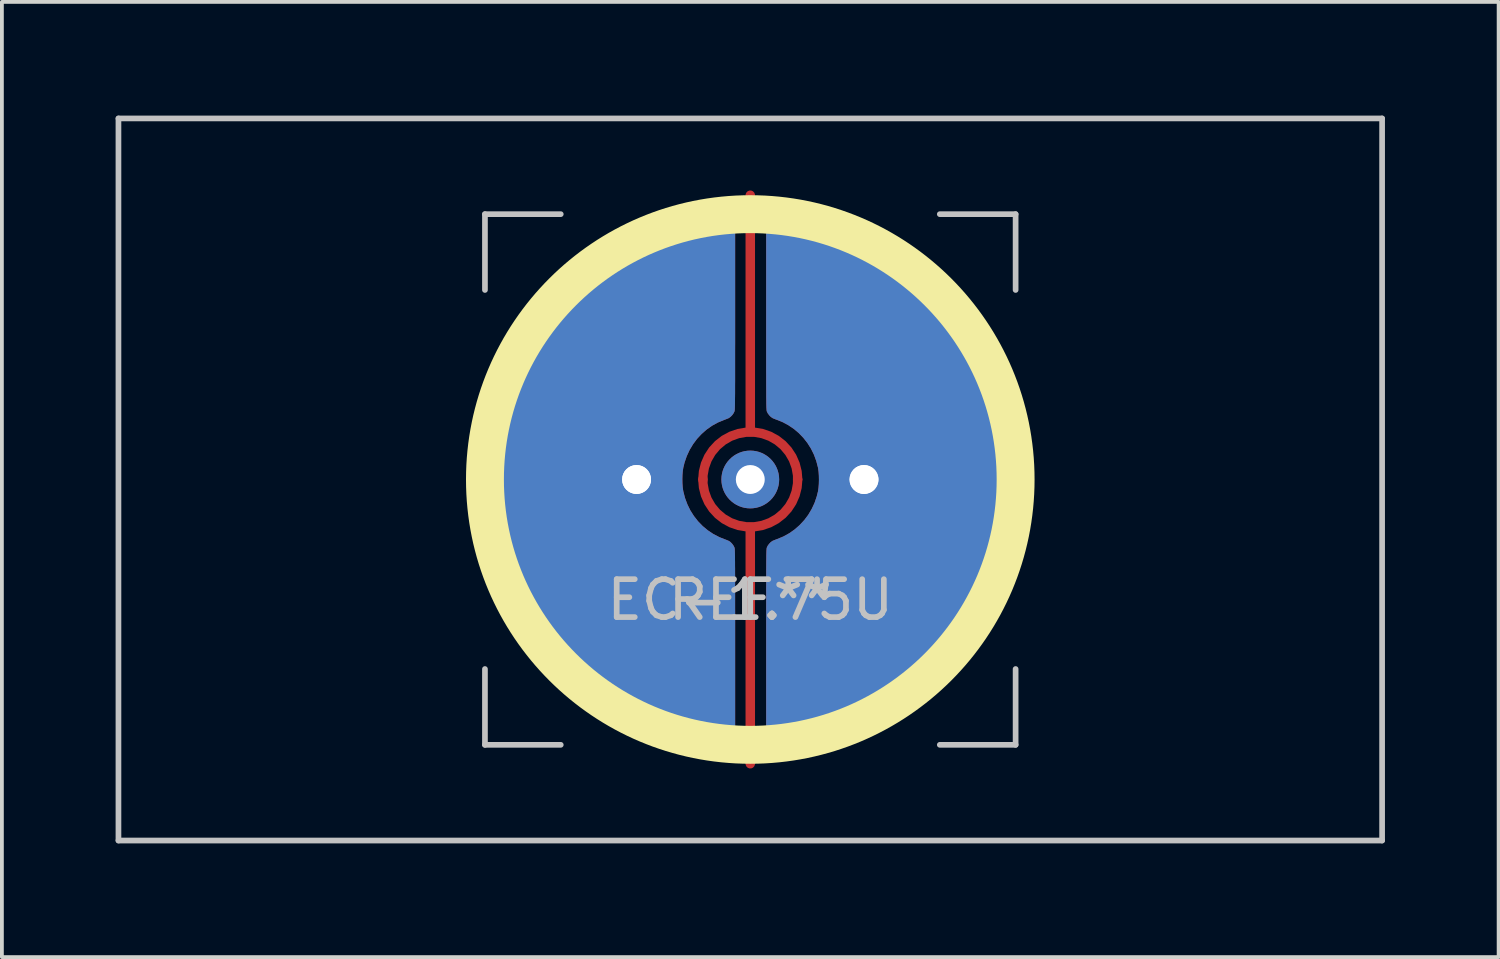
<source format=kicad_pcb>
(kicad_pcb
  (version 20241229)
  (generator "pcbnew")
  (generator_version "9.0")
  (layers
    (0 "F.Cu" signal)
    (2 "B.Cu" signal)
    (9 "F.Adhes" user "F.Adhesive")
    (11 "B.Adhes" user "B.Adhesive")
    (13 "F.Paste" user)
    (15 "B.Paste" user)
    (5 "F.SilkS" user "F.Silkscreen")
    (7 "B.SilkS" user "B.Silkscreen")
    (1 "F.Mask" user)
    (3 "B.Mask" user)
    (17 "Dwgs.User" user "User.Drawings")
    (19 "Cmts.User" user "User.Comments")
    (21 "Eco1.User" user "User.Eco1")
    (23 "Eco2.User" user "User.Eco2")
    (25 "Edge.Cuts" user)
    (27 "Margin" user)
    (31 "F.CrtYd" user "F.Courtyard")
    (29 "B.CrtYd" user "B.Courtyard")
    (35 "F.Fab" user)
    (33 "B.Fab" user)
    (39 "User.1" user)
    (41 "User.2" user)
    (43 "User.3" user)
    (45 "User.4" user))
  (footprint "EC-1.75U"
    (layer "F.Cu")
    (at 16.744 9.6)
    (property "Reference" "EC-1.75U" (at 0 3.175 0) (layer "Dwgs.User") (effects (font (size 1 1) (thickness 0.15))))
    (attr through_hole)
    (fp_circle (center 0 0) (end 7 0) (stroke (width 1) (type solid)) (fill no) (layer "F.SilkS"))
    (fp_line (start -16.669 -9.525) (end 16.669 -9.525) (stroke (width 0.15) (type solid)) (layer "Dwgs.User"))
    (fp_line (start -16.669 9.525) (end -16.669 -9.525) (stroke (width 0.15) (type solid)) (layer "Dwgs.User"))
    (fp_line (start -16.669 9.525) (end 16.669 9.525) (stroke (width 0.15) (type solid)) (layer "Dwgs.User"))
    (fp_line (start -7 -7) (end -7 -5) (stroke (width 0.15) (type solid)) (layer "Dwgs.User"))
    (fp_line (start -7 5) (end -7 7) (stroke (width 0.15) (type solid)) (layer "Dwgs.User"))
    (fp_line (start -7 7) (end -5 7) (stroke (width 0.15) (type solid)) (layer "Dwgs.User"))
    (fp_line (start -5 -7) (end -7 -7) (stroke (width 0.15) (type solid)) (layer "Dwgs.User"))
    (fp_line (start 5 -7) (end 7 -7) (stroke (width 0.15) (type solid)) (layer "Dwgs.User"))
    (fp_line (start 5 7) (end 7 7) (stroke (width 0.15) (type solid)) (layer "Dwgs.User"))
    (fp_line (start 7 -7) (end 7 -5) (stroke (width 0.15) (type solid)) (layer "Dwgs.User"))
    (fp_line (start 7 7) (end 7 5) (stroke (width 0.15) (type solid)) (layer "Dwgs.User"))
    (fp_line (start 16.669 -9.525) (end 16.669 9.525) (stroke (width 0.15) (type solid)) (layer "Dwgs.User"))
    (fp_text user "REF**" (at 0 3.175 0) (layer "Dwgs.User") (effects (font (size 1 1) (thickness 0.15))))
    (pad "" thru_hole circle (at 0 0) (size 1.524 1.524) (drill 0.762) (layers "*.Cu" "B.Mask"))
    (pad "1" thru_hole circle (at 3 0) (size 1.524 1.524) (drill 0.762) (layers "*.Cu" "B.Mask"))
    (pad "1" thru_hole custom (at 3 0) (size 1.524 1.524) (drill 0.762) (layers "F.Cu") (options (anchor circle)) (primitives (gr_poly (pts (xy -2.241 -7.099) (xy -2.176 -7.096) (xy -2.094 -7.089) (xy -2 -7.079) (xy -1.895 -7.065) (xy -1.782 -7.048) (xy -1.666 -7.029) (xy -1.548 -7.008) (xy -1.432 -6.986) (xy -1.322 -6.963) (xy -1.28 -6.954) (xy -0.92 -6.863) (xy -0.564 -6.752) (xy -0.215 -6.623) (xy 0.128 -6.476) (xy 0.463 -6.311) (xy 0.789 -6.128) (xy 1.105 -5.929) (xy 1.411 -5.714) (xy 1.672 -5.51) (xy 1.875 -5.335) (xy 2.079 -5.146) (xy 2.279 -4.947) (xy 2.47 -4.741) (xy 2.649 -4.534) (xy 2.719 -4.449) (xy 2.944 -4.151) (xy 3.153 -3.842) (xy 3.345 -3.522) (xy 3.521 -3.193) (xy 3.679 -2.855) (xy 3.82 -2.51) (xy 3.942 -2.157) (xy 4.046 -1.8) (xy 4.13 -1.437) (xy 4.148 -1.346) (xy 4.21 -0.973) (xy 4.251 -0.599) (xy 4.273 -0.225) (xy 4.275 0.149) (xy 4.257 0.523) (xy 4.22 0.895) (xy 4.163 1.264) (xy 4.087 1.631) (xy 3.992 1.993) (xy 3.877 2.351) (xy 3.758 2.668) (xy 3.608 3.015) (xy 3.44 3.352) (xy 3.254 3.679) (xy 3.051 3.997) (xy 2.83 4.305) (xy 2.593 4.602) (xy 2.514 4.694) (xy 2.461 4.753) (xy 2.397 4.822) (xy 2.324 4.899) (xy 2.246 4.979) (xy 2.166 5.059) (xy 2.087 5.137) (xy 2.013 5.209) (xy 1.946 5.272) (xy 1.917 5.298) (xy 1.631 5.543) (xy 1.334 5.771) (xy 1.026 5.982) (xy 0.707 6.177) (xy 0.379 6.354) (xy 0.042 6.515) (xy -0.302 6.657) (xy -0.654 6.781) (xy -1.013 6.887) (xy -1.377 6.975) (xy -1.747 7.043) (xy -1.971 7.074) (xy -2.07 7.086) (xy -2.151 7.094) (xy -2.216 7.099) (xy -2.267 7.101) (xy -2.305 7.099) (xy -2.329 7.095) (xy -2.403 7.067) (xy -2.468 7.021) (xy -2.522 6.962) (xy -2.555 6.907) (xy -2.581 6.85) (xy -2.581 4.348) (xy -2.581 4.084) (xy -2.581 3.838) (xy -2.581 3.612) (xy -2.581 3.403) (xy -2.581 3.211) (xy -2.581 3.035) (xy -2.581 2.875) (xy -2.58 2.729) (xy -2.58 2.598) (xy -2.58 2.48) (xy -2.58 2.375) (xy -2.579 2.281) (xy -2.579 2.199) (xy -2.578 2.126) (xy -2.577 2.064) (xy -2.577 2.01) (xy -2.576 1.964) (xy -2.575 1.926) (xy -2.574 1.894) (xy -2.573 1.869) (xy -2.571 1.848) (xy -2.57 1.832) (xy -2.569 1.819) (xy -2.567 1.809) (xy -2.565 1.801) (xy -2.563 1.795) (xy -2.563 1.794) (xy -2.54 1.747) (xy -2.504 1.698) (xy -2.463 1.655) (xy -2.42 1.624) (xy -2.414 1.62) (xy -2.386 1.608) (xy -2.347 1.592) (xy -2.303 1.575) (xy -2.288 1.57) (xy -2.124 1.502) (xy -1.971 1.417) (xy -1.827 1.316) (xy -1.696 1.2) (xy -1.577 1.072) (xy -1.471 0.931) (xy -1.381 0.779) (xy -1.305 0.617) (xy -1.247 0.446) (xy -1.213 0.31) (xy -1.2 0.221) (xy -1.192 0.119) (xy -1.189 0.011) (xy -1.191 -0.098) (xy -1.198 -0.202) (xy -1.21 -0.293) (xy -1.213 -0.31) (xy -1.259 -0.486) (xy -1.321 -0.655) (xy -1.4 -0.815) (xy -1.494 -0.964) (xy -1.603 -1.102) (xy -1.725 -1.228) (xy -1.859 -1.34) (xy -2.005 -1.437) (xy -2.161 -1.519) (xy -2.288 -1.57) (xy -2.332 -1.586) (xy -2.374 -1.603) (xy -2.407 -1.617) (xy -2.414 -1.62) (xy -2.456 -1.649) (xy -2.498 -1.691) (xy -2.535 -1.739) (xy -2.56 -1.787) (xy -2.563 -1.794) (xy -2.565 -1.8) (xy -2.567 -1.808) (xy -2.568 -1.817) (xy -2.57 -1.829) (xy -2.571 -1.845) (xy -2.572 -1.865) (xy -2.574 -1.89) (xy -2.575 -1.921) (xy -2.576 -1.958) (xy -2.577 -2.002) (xy -2.577 -2.054) (xy -2.578 -2.116) (xy -2.579 -2.186) (xy -2.579 -2.267) (xy -2.579 -2.359) (xy -2.58 -2.462) (xy -2.58 -2.578) (xy -2.58 -2.707) (xy -2.581 -2.85) (xy -2.581 -3.008) (xy -2.581 -3.181) (xy -2.581 -3.37) (xy -2.581 -3.576) (xy -2.581 -3.8) (xy -2.581 -4.042) (xy -2.581 -4.304) (xy -2.581 -4.349) (xy -2.581 -6.851) (xy -2.548 -6.917) (xy -2.51 -6.98) (xy -2.463 -7.028) (xy -2.402 -7.067) (xy -2.386 -7.074) (xy -2.355 -7.088) (xy -2.327 -7.095) (xy -2.294 -7.099) (xy -2.249 -7.099) (xy -2.241 -7.099)) (width 0) (fill yes))))
    (pad "2" thru_hole circle (at -3 0) (size 1.524 1.524) (drill 0.762) (layers "*.Cu" "B.Mask"))
    (pad "2" thru_hole custom (at -3 0) (size 1.524 1.524) (drill 0.762) (layers "F.Cu") (options (anchor circle)) (primitives (gr_poly (pts (xy 2.26 7.099) (xy 2.195 7.096) (xy 2.114 7.089) (xy 2.019 7.079) (xy 1.914 7.065) (xy 1.802 7.048) (xy 1.685 7.029) (xy 1.568 7.008) (xy 1.452 6.986) (xy 1.341 6.963) (xy 1.3 6.954) (xy 0.939 6.863) (xy 0.584 6.752) (xy 0.234 6.623) (xy -0.109 6.476) (xy -0.444 6.311) (xy -0.77 6.128) (xy -1.086 5.929) (xy -1.392 5.714) (xy -1.653 5.51) (xy -1.856 5.335) (xy -2.06 5.146) (xy -2.259 4.947) (xy -2.451 4.741) (xy -2.63 4.534) (xy -2.7 4.449) (xy -2.924 4.151) (xy -3.133 3.842) (xy -3.326 3.522) (xy -3.501 3.193) (xy -3.66 2.855) (xy -3.8 2.51) (xy -3.923 2.157) (xy -4.026 1.8) (xy -4.111 1.437) (xy -4.129 1.346) (xy -4.19 0.973) (xy -4.231 0.599) (xy -4.253 0.225) (xy -4.255 -0.149) (xy -4.237 -0.523) (xy -4.2 -0.895) (xy -4.144 -1.264) (xy -4.068 -1.631) (xy -3.973 -1.993) (xy -3.858 -2.351) (xy -3.739 -2.668) (xy -3.588 -3.015) (xy -3.42 -3.352) (xy -3.234 -3.679) (xy -3.031 -3.997) (xy -2.811 -4.305) (xy -2.573 -4.602) (xy -2.495 -4.694) (xy -2.442 -4.753) (xy -2.378 -4.822) (xy -2.305 -4.899) (xy -2.227 -4.979) (xy -2.147 -5.059) (xy -2.068 -5.137) (xy -1.994 -5.209) (xy -1.927 -5.272) (xy -1.898 -5.298) (xy -1.612 -5.543) (xy -1.314 -5.771) (xy -1.006 -5.982) (xy -0.688 -6.177) (xy -0.36 -6.354) (xy -0.023 -6.515) (xy 0.322 -6.657) (xy 0.674 -6.781) (xy 1.032 -6.887) (xy 1.397 -6.975) (xy 1.766 -7.043) (xy 1.99 -7.074) (xy 2.089 -7.086) (xy 2.171 -7.094) (xy 2.236 -7.099) (xy 2.287 -7.101) (xy 2.324 -7.099) (xy 2.348 -7.095) (xy 2.422 -7.067) (xy 2.488 -7.021) (xy 2.542 -6.962) (xy 2.574 -6.907) (xy 2.601 -6.85) (xy 2.601 -4.348) (xy 2.601 -4.084) (xy 2.601 -3.838) (xy 2.601 -3.612) (xy 2.6 -3.403) (xy 2.6 -3.211) (xy 2.6 -3.035) (xy 2.6 -2.875) (xy 2.6 -2.729) (xy 2.6 -2.598) (xy 2.599 -2.48) (xy 2.599 -2.375) (xy 2.599 -2.281) (xy 2.598 -2.199) (xy 2.597 -2.126) (xy 2.597 -2.064) (xy 2.596 -2.01) (xy 2.595 -1.964) (xy 2.594 -1.926) (xy 2.593 -1.894) (xy 2.592 -1.869) (xy 2.591 -1.848) (xy 2.589 -1.832) (xy 2.588 -1.819) (xy 2.586 -1.809) (xy 2.585 -1.801) (xy 2.583 -1.795) (xy 2.582 -1.794) (xy 2.559 -1.747) (xy 2.524 -1.698) (xy 2.482 -1.655) (xy 2.44 -1.624) (xy 2.434 -1.62) (xy 2.406 -1.608) (xy 2.366 -1.592) (xy 2.322 -1.575) (xy 2.307 -1.57) (xy 2.144 -1.502) (xy 1.99 -1.417) (xy 1.847 -1.316) (xy 1.715 -1.2) (xy 1.596 -1.072) (xy 1.491 -0.931) (xy 1.4 -0.779) (xy 1.325 -0.617) (xy 1.266 -0.446) (xy 1.233 -0.31) (xy 1.219 -0.221) (xy 1.211 -0.119) (xy 1.208 -0.011) (xy 1.21 0.098) (xy 1.217 0.202) (xy 1.23 0.293) (xy 1.233 0.31) (xy 1.278 0.486) (xy 1.341 0.655) (xy 1.419 0.815) (xy 1.514 0.964) (xy 1.622 1.102) (xy 1.744 1.228) (xy 1.879 1.34) (xy 2.024 1.437) (xy 2.181 1.519) (xy 2.307 1.57) (xy 2.352 1.586) (xy 2.394 1.603) (xy 2.426 1.617) (xy 2.434 1.62) (xy 2.476 1.649) (xy 2.518 1.691) (xy 2.554 1.739) (xy 2.58 1.787) (xy 2.582 1.794) (xy 2.584 1.8) (xy 2.586 1.808) (xy 2.588 1.817) (xy 2.589 1.829) (xy 2.591 1.845) (xy 2.592 1.865) (xy 2.593 1.89) (xy 2.594 1.921) (xy 2.595 1.958) (xy 2.596 2.002) (xy 2.597 2.054) (xy 2.597 2.116) (xy 2.598 2.186) (xy 2.598 2.267) (xy 2.599 2.359) (xy 2.599 2.462) (xy 2.6 2.578) (xy 2.6 2.707) (xy 2.6 2.85) (xy 2.6 3.008) (xy 2.6 3.181) (xy 2.6 3.37) (xy 2.601 3.576) (xy 2.601 3.8) (xy 2.601 4.042) (xy 2.601 4.304) (xy 2.601 4.349) (xy 2.601 6.851) (xy 2.568 6.917) (xy 2.53 6.98) (xy 2.483 7.028) (xy 2.422 7.067) (xy 2.406 7.074) (xy 2.375 7.088) (xy 2.346 7.095) (xy 2.313 7.099) (xy 2.268 7.099) (xy 2.26 7.099)) (width 0) (fill yes))))
    (pad "3" smd custom (at 0 -7.5) (size 0.25 0.25) (layers "F.Cu") (options (anchor circle)) (primitives (gr_line (start 0 6.25) (end 0 0) (width 0.25)) (gr_arc (start -1.25 7.5) (mid 0 6.25) (end 1.25 7.5) (width 0.25))))
    (pad "3" smd custom (at 0 7.5 180) (size 0.25 0.25) (layers "F.Cu") (options (anchor circle)) (primitives (gr_line (start 0 6.25) (end 0 0) (width 0.25)) (gr_arc (start -1.25 7.5) (mid 0 6.25) (end 1.25 7.5) (width 0.25)))))
  (gr_rect
    (start -3 -3)
    (end 36.487 22.2)
    (stroke (width 0.1) (type default))
    (fill no)
    (layer "Edge.Cuts")))
</source>
